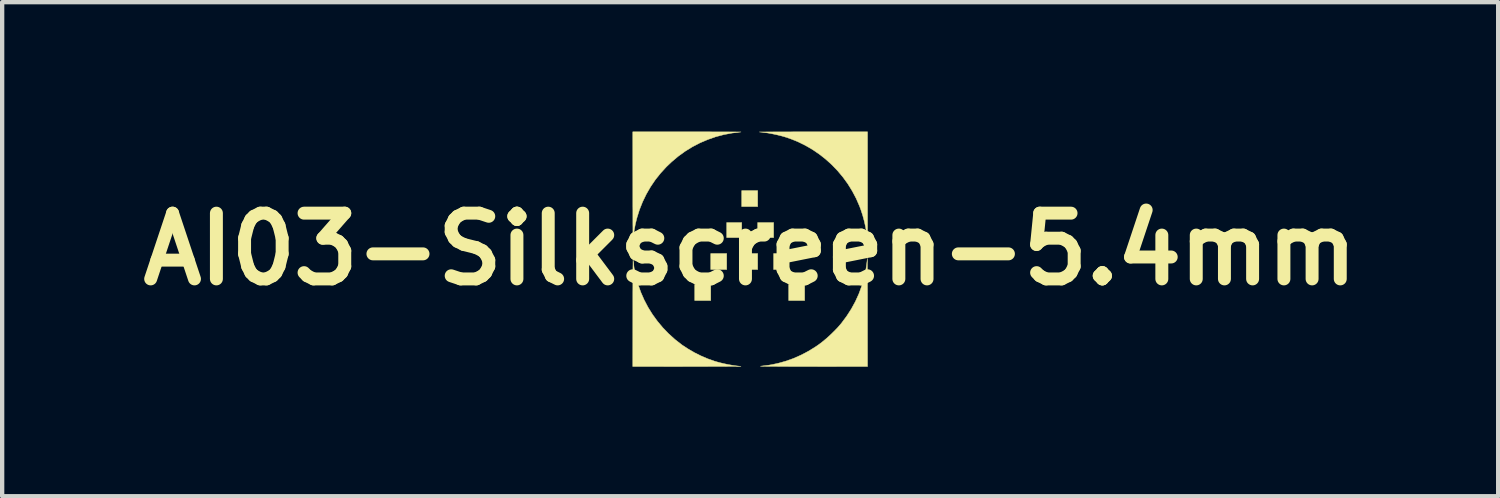
<source format=kicad_pcb>
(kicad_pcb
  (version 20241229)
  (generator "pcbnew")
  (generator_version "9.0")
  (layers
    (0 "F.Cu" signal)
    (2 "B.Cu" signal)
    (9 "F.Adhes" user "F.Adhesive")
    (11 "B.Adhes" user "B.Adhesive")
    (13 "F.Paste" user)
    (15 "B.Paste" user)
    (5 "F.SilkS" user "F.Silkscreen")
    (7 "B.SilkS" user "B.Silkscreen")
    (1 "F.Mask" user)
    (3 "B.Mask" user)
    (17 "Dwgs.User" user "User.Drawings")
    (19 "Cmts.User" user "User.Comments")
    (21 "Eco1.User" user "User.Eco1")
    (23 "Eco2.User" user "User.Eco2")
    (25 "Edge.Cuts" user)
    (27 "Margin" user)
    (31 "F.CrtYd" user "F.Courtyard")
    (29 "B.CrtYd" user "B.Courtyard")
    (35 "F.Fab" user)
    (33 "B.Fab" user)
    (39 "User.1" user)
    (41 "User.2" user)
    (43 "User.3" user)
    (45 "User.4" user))
  (footprint "AI03-Silkscreen-5.4mm"
    (layer "F.Cu")
    (at 14.34 2.726)
    (property "Reference" "AI03-Silkscreen-5.4mm" (at 0 0 0) (layer "F.SilkS") (effects (font (size 1.524 1.524) (thickness 0.3))))
    (attr through_hole)
    (fp_poly (pts (xy -0.914 1.19) (xy -1.285 1.19) (xy -1.285 0.82) (xy -0.914 0.82) (xy -0.914 1.19)) (stroke (width 0.01) (type solid)) (fill yes) (layer "F.SilkS"))
    (fp_poly (pts (xy -0.544 0.472) (xy -0.914 0.472) (xy -0.914 0.102) (xy -0.544 0.102) (xy -0.544 0.472)) (stroke (width 0.01) (type solid)) (fill yes) (layer "F.SilkS"))
    (fp_poly (pts (xy -0.196 -0.269) (xy -0.544 -0.269) (xy -0.544 -0.617) (xy -0.196 -0.617) (xy -0.196 -0.269)) (stroke (width 0.01) (type solid)) (fill yes) (layer "F.SilkS"))
    (fp_poly (pts (xy 0.174 -0.987) (xy -0.196 -0.987) (xy -0.196 -1.357) (xy 0.174 -1.357) (xy 0.174 -0.987)) (stroke (width 0.01) (type solid)) (fill yes) (layer "F.SilkS"))
    (fp_poly (pts (xy 0.174 0.472) (xy -0.196 0.472) (xy -0.196 0.102) (xy 0.174 0.102) (xy 0.174 0.472)) (stroke (width 0.01) (type solid)) (fill yes) (layer "F.SilkS"))
    (fp_poly (pts (xy 0.544 -0.269) (xy 0.174 -0.269) (xy 0.174 -0.617) (xy 0.544 -0.617) (xy 0.544 -0.269)) (stroke (width 0.01) (type solid)) (fill yes) (layer "F.SilkS"))
    (fp_poly (pts (xy 0.893 0.472) (xy 0.544 0.472) (xy 0.544 0.102) (xy 0.893 0.102) (xy 0.893 0.472)) (stroke (width 0.01) (type solid)) (fill yes) (layer "F.SilkS"))
    (fp_poly (pts (xy 1.263 1.19) (xy 0.893 1.19) (xy 0.893 0.82) (xy 1.263 0.82) (xy 1.263 1.19)) (stroke (width 0.01) (type solid)) (fill yes) (layer "F.SilkS"))
    (fp_poly (pts (xy -2.713 0.25) (xy -2.689 0.443) (xy -2.651 0.633) (xy -2.599 0.819) (xy -2.534 1.001) (xy -2.457 1.177) (xy -2.367 1.348) (xy -2.265 1.512) (xy -2.151 1.669) (xy -2.026 1.819) (xy -1.89 1.96) (xy -1.744 2.092) (xy -1.588 2.214) (xy -1.57 2.227) (xy -1.437 2.314) (xy -1.294 2.397) (xy -1.144 2.472) (xy -0.991 2.538) (xy -0.837 2.593) (xy -0.801 2.604) (xy -0.713 2.629) (xy -0.617 2.652) (xy -0.518 2.673) (xy -0.418 2.691) (xy -0.322 2.705) (xy -0.235 2.715) (xy -0.214 2.716) (xy -0.217 2.717) (xy -0.234 2.717) (xy -0.265 2.717) (xy -0.307 2.717) (xy -0.361 2.718) (xy -0.427 2.718) (xy -0.502 2.718) (xy -0.587 2.719) (xy -0.681 2.719) (xy -0.783 2.719) (xy -0.893 2.719) (xy -1.009 2.72) (xy -1.131 2.72) (xy -1.259 2.72) (xy -1.391 2.72) (xy -1.45 2.72) (xy -2.721 2.721) (xy -2.72 1.45) (xy -2.72 1.292) (xy -2.72 1.144) (xy -2.72 1.005) (xy -2.719 0.877) (xy -2.719 0.76) (xy -2.719 0.654) (xy -2.718 0.559) (xy -2.718 0.476) (xy -2.717 0.406) (xy -2.716 0.347) (xy -2.716 0.302) (xy -2.715 0.27) (xy -2.714 0.252) (xy -2.713 0.247) (xy -2.713 0.25)) (stroke (width 0.01) (type solid)) (fill yes) (layer "F.SilkS"))
    (fp_poly (pts (xy -1.453 -2.72) (xy -1.319 -2.72) (xy -1.189 -2.72) (xy -1.065 -2.72) (xy -0.946 -2.72) (xy -0.833 -2.719) (xy -0.727 -2.719) (xy -0.629 -2.719) (xy -0.54 -2.719) (xy -0.46 -2.718) (xy -0.39 -2.718) (xy -0.331 -2.718) (xy -0.283 -2.717) (xy -0.247 -2.717) (xy -0.224 -2.717) (xy -0.214 -2.717) (xy -0.214 -2.717) (xy -0.415 -2.692) (xy -0.612 -2.655) (xy -0.803 -2.604) (xy -0.988 -2.539) (xy -1.168 -2.462) (xy -1.342 -2.371) (xy -1.509 -2.268) (xy -1.669 -2.152) (xy -1.822 -2.023) (xy -1.943 -1.908) (xy -2.077 -1.761) (xy -2.2 -1.607) (xy -2.31 -1.444) (xy -2.408 -1.274) (xy -2.493 -1.098) (xy -2.566 -0.915) (xy -2.625 -0.726) (xy -2.659 -0.591) (xy -2.67 -0.535) (xy -2.682 -0.471) (xy -2.693 -0.405) (xy -2.702 -0.339) (xy -2.71 -0.277) (xy -2.715 -0.225) (xy -2.716 -0.214) (xy -2.717 -0.217) (xy -2.717 -0.234) (xy -2.717 -0.265) (xy -2.717 -0.307) (xy -2.718 -0.361) (xy -2.718 -0.427) (xy -2.718 -0.502) (xy -2.719 -0.587) (xy -2.719 -0.681) (xy -2.719 -0.783) (xy -2.719 -0.893) (xy -2.72 -1.009) (xy -2.72 -1.131) (xy -2.72 -1.259) (xy -2.72 -1.391) (xy -2.72 -1.45) (xy -2.721 -2.721) (xy -1.453 -2.72)) (stroke (width 0.01) (type solid)) (fill yes) (layer "F.SilkS"))
    (fp_poly (pts (xy 2.717 0.217) (xy 2.717 0.234) (xy 2.717 0.265) (xy 2.717 0.307) (xy 2.718 0.361) (xy 2.718 0.427) (xy 2.718 0.502) (xy 2.719 0.587) (xy 2.719 0.681) (xy 2.719 0.783) (xy 2.719 0.893) (xy 2.72 1.009) (xy 2.72 1.131) (xy 2.72 1.259) (xy 2.72 1.391) (xy 2.72 1.45) (xy 2.721 2.721) (xy 1.446 2.72) (xy 1.303 2.72) (xy 1.166 2.72) (xy 1.036 2.72) (xy 0.914 2.72) (xy 0.8 2.719) (xy 0.695 2.719) (xy 0.599 2.718) (xy 0.513 2.718) (xy 0.438 2.717) (xy 0.374 2.717) (xy 0.321 2.716) (xy 0.281 2.715) (xy 0.253 2.715) (xy 0.239 2.714) (xy 0.239 2.713) (xy 0.239 2.713) (xy 0.434 2.689) (xy 0.627 2.651) (xy 0.816 2.599) (xy 1.001 2.534) (xy 1.18 2.455) (xy 1.353 2.364) (xy 1.519 2.261) (xy 1.597 2.207) (xy 1.682 2.142) (xy 1.771 2.068) (xy 1.859 1.988) (xy 1.944 1.905) (xy 2.024 1.823) (xy 2.094 1.743) (xy 2.116 1.716) (xy 2.237 1.554) (xy 2.345 1.386) (xy 2.439 1.214) (xy 2.52 1.036) (xy 2.587 0.853) (xy 2.642 0.663) (xy 2.659 0.591) (xy 2.67 0.535) (xy 2.682 0.472) (xy 2.693 0.405) (xy 2.702 0.339) (xy 2.71 0.277) (xy 2.715 0.225) (xy 2.716 0.214) (xy 2.717 0.217)) (stroke (width 0.01) (type solid)) (fill yes) (layer "F.SilkS"))
    (fp_poly (pts (xy 2.721 -1.451) (xy 2.721 -1.317) (xy 2.721 -1.186) (xy 2.721 -1.06) (xy 2.721 -0.94) (xy 2.721 -0.825) (xy 2.721 -0.718) (xy 2.721 -0.618) (xy 2.721 -0.527) (xy 2.72 -0.444) (xy 2.72 -0.372) (xy 2.72 -0.31) (xy 2.72 -0.259) (xy 2.72 -0.221) (xy 2.719 -0.195) (xy 2.719 -0.182) (xy 2.719 -0.181) (xy 2.717 -0.188) (xy 2.715 -0.206) (xy 2.713 -0.232) (xy 2.712 -0.249) (xy 2.698 -0.377) (xy 2.676 -0.512) (xy 2.645 -0.651) (xy 2.607 -0.79) (xy 2.562 -0.926) (xy 2.535 -0.998) (xy 2.457 -1.177) (xy 2.366 -1.349) (xy 2.264 -1.514) (xy 2.15 -1.671) (xy 2.026 -1.819) (xy 1.892 -1.958) (xy 1.749 -2.087) (xy 1.597 -2.206) (xy 1.437 -2.314) (xy 1.27 -2.41) (xy 1.096 -2.495) (xy 0.916 -2.566) (xy 0.813 -2.6) (xy 0.719 -2.627) (xy 0.617 -2.652) (xy 0.513 -2.674) (xy 0.409 -2.693) (xy 0.31 -2.707) (xy 0.22 -2.716) (xy 0.214 -2.716) (xy 0.217 -2.717) (xy 0.234 -2.717) (xy 0.265 -2.717) (xy 0.307 -2.717) (xy 0.361 -2.718) (xy 0.427 -2.718) (xy 0.502 -2.718) (xy 0.587 -2.719) (xy 0.681 -2.719) (xy 0.783 -2.719) (xy 0.893 -2.719) (xy 1.009 -2.72) (xy 1.131 -2.72) (xy 1.259 -2.72) (xy 1.391 -2.72) (xy 1.45 -2.72) (xy 2.721 -2.721) (xy 2.721 -1.451)) (stroke (width 0.01) (type solid)) (fill yes) (layer "F.SilkS")))
  (gr_rect
    (start -3 -3)
    (end 31.68 8.453)
    (stroke (width 0.1) (type default))
    (fill no)
    (layer "Edge.Cuts")))
</source>
